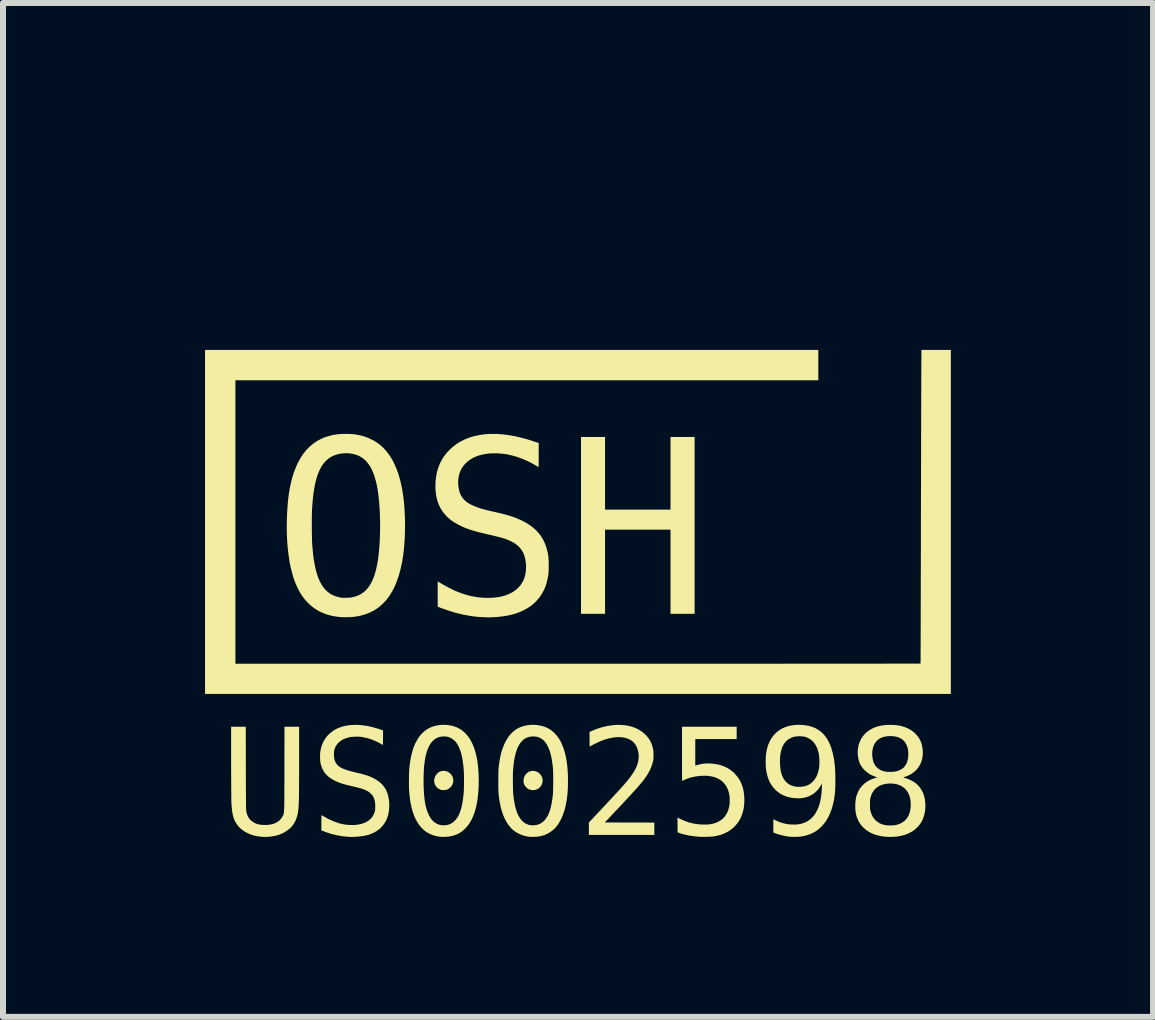
<source format=kicad_pcb>
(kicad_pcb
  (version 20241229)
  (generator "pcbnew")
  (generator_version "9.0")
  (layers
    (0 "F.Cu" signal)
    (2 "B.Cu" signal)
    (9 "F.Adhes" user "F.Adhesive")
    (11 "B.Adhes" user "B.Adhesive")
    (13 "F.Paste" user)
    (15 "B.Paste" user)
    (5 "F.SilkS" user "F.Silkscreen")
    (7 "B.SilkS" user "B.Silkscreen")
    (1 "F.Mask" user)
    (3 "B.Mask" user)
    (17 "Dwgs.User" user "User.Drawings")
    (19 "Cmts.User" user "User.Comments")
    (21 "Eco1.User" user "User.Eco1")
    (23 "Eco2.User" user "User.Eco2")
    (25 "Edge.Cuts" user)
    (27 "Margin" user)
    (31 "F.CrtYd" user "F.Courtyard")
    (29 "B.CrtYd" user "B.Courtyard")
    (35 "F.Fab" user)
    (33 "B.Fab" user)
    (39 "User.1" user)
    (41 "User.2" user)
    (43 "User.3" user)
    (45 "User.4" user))
  (footprint "ayab-oshw"
    (layer "F.Cu")
    (at 6.586 6.484)
    (property "Reference" "ayab-oshw" (at 0 -5.08 0) (layer "User.1") (effects (font (size 1.5 1.5) (thickness 0.3))))
    (attr board_only exclude_from_pos_files exclude_from_bom)
    (fp_poly (pts (xy 5.013 -4.44) (xy 5.044 -4.44) (xy 5.078 -4.44) (xy 5.114 -4.439) (xy 5.127 -4.439) (xy 5.32 -4.438) (xy 4.763 -1.87) (xy 4.206 0.698) (xy 4.018 0.698) (xy 3.974 0.697) (xy 3.936 0.697) (xy 3.905 0.697) (xy 3.881 0.697) (xy 3.861 0.696) (xy 3.847 0.696) (xy 3.837 0.695) (xy 3.831 0.694) (xy 3.828 0.693) (xy 3.828 0.693) (xy 3.827 0.689) (xy 3.825 0.678) (xy 3.821 0.66) (xy 3.815 0.636) (xy 3.808 0.606) (xy 3.8 0.57) (xy 3.79 0.529) (xy 3.78 0.483) (xy 3.768 0.432) (xy 3.755 0.376) (xy 3.742 0.317) (xy 3.727 0.253) (xy 3.712 0.186) (xy 3.696 0.116) (xy 3.679 0.044) (xy 3.662 -0.032) (xy 3.644 -0.109) (xy 3.628 -0.181) (xy 3.61 -0.26) (xy 3.592 -0.337) (xy 3.575 -0.412) (xy 3.559 -0.484) (xy 3.543 -0.554) (xy 3.527 -0.62) (xy 3.513 -0.682) (xy 3.499 -0.741) (xy 3.487 -0.796) (xy 3.475 -0.846) (xy 3.465 -0.891) (xy 3.455 -0.931) (xy 3.447 -0.966) (xy 3.44 -0.995) (xy 3.435 -1.018) (xy 3.431 -1.034) (xy 3.428 -1.044) (xy 3.427 -1.047) (xy 3.426 -1.043) (xy 3.424 -1.033) (xy 3.42 -1.015) (xy 3.415 -0.992) (xy 3.408 -0.963) (xy 3.4 -0.928) (xy 3.391 -0.889) (xy 3.381 -0.845) (xy 3.37 -0.797) (xy 3.358 -0.745) (xy 3.345 -0.689) (xy 3.332 -0.63) (xy 3.318 -0.569) (xy 3.303 -0.506) (xy 3.288 -0.441) (xy 3.273 -0.374) (xy 3.257 -0.306) (xy 3.242 -0.237) (xy 3.226 -0.168) (xy 3.21 -0.099) (xy 3.195 -0.031) (xy 3.179 0.037) (xy 3.164 0.103) (xy 3.149 0.167) (xy 3.135 0.23) (xy 3.121 0.29) (xy 3.108 0.348) (xy 3.096 0.402) (xy 3.085 0.453) (xy 3.074 0.5) (xy 3.064 0.542) (xy 3.056 0.58) (xy 3.048 0.612) (xy 3.042 0.639) (xy 3.038 0.66) (xy 3.034 0.675) (xy 3.033 0.682) (xy 3.03 0.698) (xy 2.84 0.698) (xy 2.804 0.697) (xy 2.769 0.697) (xy 2.738 0.697) (xy 2.71 0.697) (xy 2.687 0.696) (xy 2.669 0.696) (xy 2.657 0.695) (xy 2.652 0.695) (xy 2.651 0.694) (xy 2.651 0.69) (xy 2.649 0.679) (xy 2.647 0.661) (xy 2.643 0.637) (xy 2.638 0.606) (xy 2.633 0.568) (xy 2.626 0.525) (xy 2.619 0.477) (xy 2.611 0.422) (xy 2.602 0.363) (xy 2.593 0.299) (xy 2.582 0.23) (xy 2.571 0.156) (xy 2.56 0.079) (xy 2.548 -0.003) (xy 2.535 -0.088) (xy 2.522 -0.176) (xy 2.508 -0.268) (xy 2.494 -0.363) (xy 2.479 -0.46) (xy 2.465 -0.56) (xy 2.449 -0.662) (xy 2.434 -0.765) (xy 2.432 -0.778) (xy 2.416 -0.882) (xy 2.401 -0.984) (xy 2.386 -1.084) (xy 2.372 -1.181) (xy 2.358 -1.276) (xy 2.344 -1.368) (xy 2.331 -1.457) (xy 2.318 -1.543) (xy 2.306 -1.625) (xy 2.294 -1.703) (xy 2.283 -1.776) (xy 2.273 -1.846) (xy 2.263 -1.911) (xy 2.254 -1.97) (xy 2.246 -2.025) (xy 2.238 -2.075) (xy 2.232 -2.118) (xy 2.226 -2.156) (xy 2.222 -2.188) (xy 2.218 -2.213) (xy 2.215 -2.232) (xy 2.213 -2.244) (xy 2.213 -2.248) (xy 2.213 -2.248) (xy 2.216 -2.249) (xy 2.227 -2.249) (xy 2.243 -2.249) (xy 2.265 -2.25) (xy 2.292 -2.25) (xy 2.322 -2.25) (xy 2.356 -2.25) (xy 2.393 -2.25) (xy 2.407 -2.25) (xy 2.601 -2.25) (xy 2.741 -1.058) (xy 2.752 -0.964) (xy 2.763 -0.872) (xy 2.774 -0.782) (xy 2.784 -0.695) (xy 2.794 -0.611) (xy 2.804 -0.53) (xy 2.813 -0.452) (xy 2.822 -0.377) (xy 2.83 -0.307) (xy 2.838 -0.24) (xy 2.846 -0.178) (xy 2.853 -0.121) (xy 2.859 -0.069) (xy 2.864 -0.022) (xy 2.869 0.019) (xy 2.874 0.055) (xy 2.877 0.084) (xy 2.88 0.107) (xy 2.882 0.123) (xy 2.884 0.133) (xy 2.884 0.135) (xy 2.885 0.131) (xy 2.887 0.121) (xy 2.891 0.103) (xy 2.897 0.08) (xy 2.903 0.05) (xy 2.911 0.015) (xy 2.919 -0.026) (xy 2.929 -0.071) (xy 2.94 -0.121) (xy 2.952 -0.176) (xy 2.964 -0.235) (xy 2.977 -0.297) (xy 2.991 -0.362) (xy 3.006 -0.431) (xy 3.021 -0.502) (xy 3.037 -0.575) (xy 3.053 -0.651) (xy 3.053 -0.652) (xy 3.22 -1.438) (xy 3.428 -1.439) (xy 3.636 -1.44) (xy 3.804 -0.652) (xy 3.82 -0.576) (xy 3.836 -0.502) (xy 3.851 -0.431) (xy 3.866 -0.362) (xy 3.88 -0.297) (xy 3.894 -0.234) (xy 3.906 -0.175) (xy 3.918 -0.12) (xy 3.929 -0.07) (xy 3.939 -0.024) (xy 3.948 0.017) (xy 3.956 0.053) (xy 3.962 0.083) (xy 3.967 0.107) (xy 3.971 0.125) (xy 3.974 0.136) (xy 3.975 0.14) (xy 3.975 0.14) (xy 3.976 0.136) (xy 3.978 0.126) (xy 3.982 0.108) (xy 3.987 0.084) (xy 3.994 0.053) (xy 4.002 0.016) (xy 4.011 -0.028) (xy 4.022 -0.077) (xy 4.033 -0.132) (xy 4.046 -0.193) (xy 4.06 -0.259) (xy 4.075 -0.33) (xy 4.091 -0.407) (xy 4.108 -0.488) (xy 4.126 -0.573) (xy 4.145 -0.663) (xy 4.164 -0.758) (xy 4.185 -0.856) (xy 4.206 -0.958) (xy 4.229 -1.064) (xy 4.251 -1.173) (xy 4.275 -1.285) (xy 4.299 -1.4) (xy 4.324 -1.519) (xy 4.349 -1.639) (xy 4.374 -1.763) (xy 4.401 -1.888) (xy 4.427 -2.015) (xy 4.454 -2.145) (xy 4.455 -2.148) (xy 4.482 -2.277) (xy 4.508 -2.405) (xy 4.535 -2.53) (xy 4.56 -2.654) (xy 4.585 -2.775) (xy 4.61 -2.893) (xy 4.634 -3.008) (xy 4.658 -3.121) (xy 4.68 -3.23) (xy 4.703 -3.336) (xy 4.724 -3.438) (xy 4.744 -3.537) (xy 4.764 -3.631) (xy 4.783 -3.721) (xy 4.801 -3.807) (xy 4.818 -3.889) (xy 4.834 -3.965) (xy 4.849 -4.037) (xy 4.863 -4.103) (xy 4.875 -4.164) (xy 4.887 -4.22) (xy 4.897 -4.269) (xy 4.907 -4.313) (xy 4.914 -4.351) (xy 4.921 -4.382) (xy 4.926 -4.407) (xy 4.93 -4.424) (xy 4.932 -4.435) (xy 4.933 -4.439) (xy 4.933 -4.439) (xy 4.937 -4.439) (xy 4.948 -4.44) (xy 4.964 -4.44) (xy 4.986 -4.44)) (stroke (width 0) (type solid)) (fill yes) (layer "F.Mask"))
    (fp_poly (pts (xy 0.45 -1.644) (xy 0.45 -1.039) (xy 0.996 -1.039) (xy 1.541 -1.039) (xy 1.541 -1.644) (xy 1.541 -2.25) (xy 1.742 -2.25) (xy 1.943 -2.25) (xy 1.943 -0.776) (xy 1.943 0.698) (xy 1.742 0.698) (xy 1.541 0.698) (xy 1.541 -0.004) (xy 1.541 -0.705) (xy 0.996 -0.705) (xy 0.45 -0.705) (xy 0.45 -0.004) (xy 0.45 0.698) (xy 0.249 0.698) (xy 0.049 0.698) (xy 0.049 -0.776) (xy 0.049 -2.25) (xy 0.249 -2.25) (xy 0.45 -2.25)) (stroke (width 0) (type solid)) (fill yes) (layer "F.SilkS"))
    (fp_poly (pts (xy -0.72 3.319) (xy -0.687 3.33) (xy -0.658 3.347) (xy -0.636 3.366) (xy -0.615 3.392) (xy -0.601 3.421) (xy -0.592 3.45) (xy -0.59 3.481) (xy -0.594 3.511) (xy -0.603 3.54) (xy -0.618 3.567) (xy -0.638 3.591) (xy -0.662 3.611) (xy -0.691 3.626) (xy -0.711 3.633) (xy -0.732 3.636) (xy -0.756 3.637) (xy -0.78 3.635) (xy -0.795 3.632) (xy -0.824 3.621) (xy -0.85 3.605) (xy -0.865 3.59) (xy -0.886 3.565) (xy -0.9 3.538) (xy -0.908 3.509) (xy -0.91 3.479) (xy -0.907 3.449) (xy -0.899 3.421) (xy -0.886 3.394) (xy -0.869 3.37) (xy -0.847 3.349) (xy -0.823 3.332) (xy -0.794 3.321) (xy -0.763 3.316) (xy -0.754 3.315)) (stroke (width 0) (type solid)) (fill yes) (layer "F.SilkS"))
    (fp_poly (pts (xy -2.209 3.319) (xy -2.178 3.328) (xy -2.151 3.344) (xy -2.126 3.364) (xy -2.106 3.388) (xy -2.091 3.416) (xy -2.082 3.446) (xy -2.079 3.478) (xy -2.081 3.501) (xy -2.09 3.535) (xy -2.106 3.565) (xy -2.127 3.591) (xy -2.154 3.612) (xy -2.17 3.621) (xy -2.184 3.628) (xy -2.196 3.632) (xy -2.208 3.635) (xy -2.224 3.636) (xy -2.232 3.636) (xy -2.254 3.636) (xy -2.273 3.635) (xy -2.284 3.633) (xy -2.313 3.621) (xy -2.339 3.604) (xy -2.354 3.59) (xy -2.374 3.565) (xy -2.388 3.538) (xy -2.396 3.509) (xy -2.399 3.479) (xy -2.395 3.449) (xy -2.387 3.421) (xy -2.374 3.394) (xy -2.357 3.37) (xy -2.336 3.349) (xy -2.311 3.332) (xy -2.283 3.321) (xy -2.252 3.316) (xy -2.242 3.315)) (stroke (width 0) (type solid)) (fill yes) (layer "F.SilkS"))
    (fp_poly (pts (xy 0.719 2.55) (xy 0.796 2.557) (xy 0.825 2.562) (xy 0.889 2.577) (xy 0.95 2.598) (xy 1.006 2.625) (xy 1.058 2.658) (xy 1.106 2.696) (xy 1.148 2.739) (xy 1.178 2.777) (xy 1.206 2.822) (xy 1.228 2.872) (xy 1.245 2.926) (xy 1.251 2.955) (xy 1.255 2.98) (xy 1.257 3.009) (xy 1.258 3.041) (xy 1.258 3.074) (xy 1.257 3.105) (xy 1.254 3.131) (xy 1.253 3.139) (xy 1.241 3.19) (xy 1.223 3.244) (xy 1.199 3.3) (xy 1.169 3.356) (xy 1.133 3.414) (xy 1.092 3.47) (xy 1.086 3.478) (xy 1.068 3.501) (xy 1.046 3.527) (xy 1.021 3.556) (xy 0.993 3.589) (xy 0.96 3.625) (xy 0.923 3.666) (xy 0.883 3.71) (xy 0.838 3.759) (xy 0.788 3.813) (xy 0.734 3.871) (xy 0.675 3.933) (xy 0.611 4.001) (xy 0.542 4.074) (xy 0.529 4.088) (xy 0.445 4.176) (xy 0.858 4.177) (xy 1.271 4.178) (xy 1.271 4.281) (xy 1.271 4.384) (xy 0.726 4.384) (xy 0.18 4.384) (xy 0.18 4.28) (xy 0.18 4.176) (xy 0.271 4.08) (xy 0.32 4.027) (xy 0.37 3.975) (xy 0.419 3.922) (xy 0.467 3.871) (xy 0.514 3.821) (xy 0.559 3.773) (xy 0.601 3.727) (xy 0.641 3.684) (xy 0.678 3.644) (xy 0.711 3.608) (xy 0.74 3.575) (xy 0.765 3.548) (xy 0.781 3.529) (xy 0.804 3.502) (xy 0.829 3.472) (xy 0.854 3.44) (xy 0.878 3.408) (xy 0.9 3.377) (xy 0.92 3.348) (xy 0.935 3.324) (xy 0.938 3.319) (xy 0.967 3.264) (xy 0.989 3.209) (xy 1.003 3.154) (xy 1.01 3.099) (xy 1.01 3.044) (xy 1.009 3.035) (xy 1 2.983) (xy 0.986 2.937) (xy 0.967 2.895) (xy 0.942 2.859) (xy 0.911 2.827) (xy 0.876 2.802) (xy 0.835 2.781) (xy 0.79 2.766) (xy 0.74 2.757) (xy 0.702 2.754) (xy 0.64 2.754) (xy 0.576 2.762) (xy 0.509 2.776) (xy 0.44 2.796) (xy 0.369 2.823) (xy 0.297 2.856) (xy 0.24 2.885) (xy 0.224 2.895) (xy 0.21 2.902) (xy 0.2 2.907) (xy 0.194 2.91) (xy 0.194 2.91) (xy 0.193 2.907) (xy 0.193 2.896) (xy 0.192 2.88) (xy 0.192 2.86) (xy 0.191 2.835) (xy 0.191 2.807) (xy 0.191 2.789) (xy 0.191 2.667) (xy 0.233 2.649) (xy 0.315 2.615) (xy 0.398 2.589) (xy 0.48 2.569) (xy 0.561 2.556) (xy 0.641 2.549)) (stroke (width 0) (type solid)) (fill yes) (layer "F.SilkS"))
    (fp_poly (pts (xy 4.005 -3.448) (xy 4.005 -3.195) (xy -0.853 -3.195) (xy -5.712 -3.195) (xy -5.712 -0.833) (xy -5.712 1.53) (xy -0.002 1.53) (xy 0.205 1.53) (xy 0.41 1.53) (xy 0.613 1.53) (xy 0.814 1.53) (xy 1.013 1.53) (xy 1.21 1.53) (xy 1.404 1.53) (xy 1.596 1.53) (xy 1.785 1.53) (xy 1.971 1.53) (xy 2.154 1.53) (xy 2.335 1.53) (xy 2.512 1.53) (xy 2.685 1.53) (xy 2.855 1.53) (xy 3.022 1.53) (xy 3.185 1.53) (xy 3.344 1.53) (xy 3.499 1.529) (xy 3.649 1.529) (xy 3.796 1.529) (xy 3.938 1.529) (xy 4.076 1.529) (xy 4.209 1.529) (xy 4.338 1.529) (xy 4.461 1.529) (xy 4.58 1.529) (xy 4.693 1.529) (xy 4.801 1.529) (xy 4.904 1.529) (xy 5.001 1.529) (xy 5.092 1.529) (xy 5.178 1.528) (xy 5.258 1.528) (xy 5.332 1.528) (xy 5.399 1.528) (xy 5.461 1.528) (xy 5.515 1.528) (xy 5.564 1.528) (xy 5.605 1.528) (xy 5.64 1.528) (xy 5.668 1.528) (xy 5.689 1.527) (xy 5.702 1.527) (xy 5.709 1.527) (xy 5.709 1.527) (xy 5.709 1.523) (xy 5.709 1.512) (xy 5.709 1.494) (xy 5.71 1.469) (xy 5.71 1.437) (xy 5.71 1.399) (xy 5.71 1.354) (xy 5.71 1.304) (xy 5.71 1.247) (xy 5.711 1.185) (xy 5.711 1.118) (xy 5.711 1.046) (xy 5.711 0.968) (xy 5.712 0.886) (xy 5.712 0.799) (xy 5.712 0.708) (xy 5.712 0.612) (xy 5.712 0.513) (xy 5.713 0.41) (xy 5.713 0.303) (xy 5.713 0.194) (xy 5.713 0.081) (xy 5.714 -0.035) (xy 5.714 -0.154) (xy 5.714 -0.275) (xy 5.715 -0.398) (xy 5.715 -0.523) (xy 5.715 -0.634) (xy 5.715 -0.765) (xy 5.715 -0.895) (xy 5.716 -1.025) (xy 5.716 -1.154) (xy 5.716 -1.281) (xy 5.717 -1.408) (xy 5.717 -1.532) (xy 5.717 -1.655) (xy 5.717 -1.775) (xy 5.718 -1.892) (xy 5.718 -2.007) (xy 5.718 -2.119) (xy 5.718 -2.228) (xy 5.719 -2.332) (xy 5.719 -2.433) (xy 5.719 -2.53) (xy 5.719 -2.622) (xy 5.72 -2.71) (xy 5.72 -2.792) (xy 5.72 -2.87) (xy 5.72 -2.942) (xy 5.721 -3.008) (xy 5.721 -3.067) (xy 5.721 -3.121) (xy 5.721 -3.168) (xy 5.721 -3.208) (xy 5.721 -3.241) (xy 5.721 -3.247) (xy 5.724 -3.701) (xy 5.969 -3.701) (xy 6.214 -3.701) (xy 6.214 -0.834) (xy 6.214 2.033) (xy -0.002 2.033) (xy -6.218 2.033) (xy -6.218 -0.834) (xy -6.218 -3.701) (xy -1.106 -3.701) (xy 4.005 -3.701)) (stroke (width 0) (type solid)) (fill yes) (layer "F.SilkS"))
    (fp_poly (pts (xy 2.644 2.683) (xy 2.644 2.786) (xy 2.299 2.786) (xy 1.954 2.786) (xy 1.954 3.007) (xy 1.954 3.228) (xy 1.977 3.221) (xy 2.035 3.206) (xy 2.091 3.196) (xy 2.149 3.192) (xy 2.209 3.193) (xy 2.252 3.197) (xy 2.319 3.207) (xy 2.382 3.222) (xy 2.44 3.244) (xy 2.494 3.27) (xy 2.545 3.303) (xy 2.582 3.333) (xy 2.625 3.376) (xy 2.664 3.423) (xy 2.697 3.475) (xy 2.724 3.531) (xy 2.745 3.59) (xy 2.755 3.63) (xy 2.764 3.685) (xy 2.77 3.743) (xy 2.772 3.803) (xy 2.77 3.862) (xy 2.764 3.919) (xy 2.755 3.972) (xy 2.753 3.979) (xy 2.734 4.043) (xy 2.71 4.102) (xy 2.679 4.157) (xy 2.642 4.207) (xy 2.6 4.252) (xy 2.552 4.293) (xy 2.5 4.328) (xy 2.462 4.348) (xy 2.411 4.371) (xy 2.356 4.388) (xy 2.298 4.402) (xy 2.246 4.41) (xy 2.229 4.412) (xy 2.206 4.413) (xy 2.179 4.414) (xy 2.148 4.415) (xy 2.117 4.416) (xy 2.086 4.416) (xy 2.058 4.416) (xy 2.032 4.415) (xy 2.016 4.414) (xy 1.952 4.408) (xy 1.889 4.4) (xy 1.83 4.39) (xy 1.774 4.377) (xy 1.724 4.364) (xy 1.682 4.349) (xy 1.659 4.34) (xy 1.658 4.218) (xy 1.657 4.096) (xy 1.707 4.119) (xy 1.78 4.151) (xy 1.852 4.176) (xy 1.923 4.194) (xy 1.995 4.205) (xy 2.07 4.211) (xy 2.104 4.211) (xy 2.152 4.21) (xy 2.194 4.207) (xy 2.232 4.2) (xy 2.268 4.191) (xy 2.303 4.179) (xy 2.313 4.175) (xy 2.358 4.152) (xy 2.399 4.124) (xy 2.434 4.09) (xy 2.464 4.052) (xy 2.488 4.008) (xy 2.507 3.959) (xy 2.52 3.906) (xy 2.524 3.883) (xy 2.526 3.863) (xy 2.527 3.838) (xy 2.527 3.81) (xy 2.527 3.782) (xy 2.526 3.756) (xy 2.524 3.734) (xy 2.524 3.729) (xy 2.513 3.674) (xy 2.496 3.624) (xy 2.474 3.579) (xy 2.446 3.537) (xy 2.421 3.509) (xy 2.385 3.477) (xy 2.345 3.451) (xy 2.301 3.43) (xy 2.253 3.414) (xy 2.2 3.404) (xy 2.141 3.398) (xy 2.1 3.397) (xy 2.024 3.401) (xy 1.951 3.41) (xy 1.88 3.426) (xy 1.814 3.448) (xy 1.758 3.473) (xy 1.747 3.479) (xy 1.738 3.483) (xy 1.735 3.484) (xy 1.734 3.48) (xy 1.734 3.47) (xy 1.734 3.452) (xy 1.734 3.429) (xy 1.733 3.4) (xy 1.733 3.365) (xy 1.733 3.326) (xy 1.733 3.283) (xy 1.733 3.236) (xy 1.733 3.185) (xy 1.733 3.132) (xy 1.733 3.076) (xy 1.733 3.032) (xy 1.733 2.58) (xy 2.188 2.58) (xy 2.644 2.58)) (stroke (width 0) (type solid)) (fill yes) (layer "F.SilkS"))
    (fp_poly (pts (xy -5.538 3.265) (xy -5.538 3.358) (xy -5.538 3.443) (xy -5.537 3.52) (xy -5.537 3.591) (xy -5.537 3.656) (xy -5.536 3.713) (xy -5.536 3.765) (xy -5.536 3.811) (xy -5.535 3.85) (xy -5.535 3.884) (xy -5.535 3.913) (xy -5.534 3.936) (xy -5.534 3.955) (xy -5.533 3.968) (xy -5.532 3.977) (xy -5.532 3.981) (xy -5.522 4.027) (xy -5.507 4.068) (xy -5.487 4.104) (xy -5.461 4.135) (xy -5.429 4.161) (xy -5.419 4.168) (xy -5.389 4.185) (xy -5.359 4.198) (xy -5.326 4.208) (xy -5.29 4.214) (xy -5.249 4.217) (xy -5.237 4.218) (xy -5.181 4.217) (xy -5.129 4.211) (xy -5.082 4.2) (xy -5.039 4.183) (xy -5.002 4.161) (xy -4.97 4.134) (xy -4.943 4.102) (xy -4.922 4.067) (xy -4.919 4.061) (xy -4.916 4.055) (xy -4.914 4.05) (xy -4.911 4.045) (xy -4.909 4.039) (xy -4.907 4.033) (xy -4.906 4.025) (xy -4.904 4.016) (xy -4.903 4.006) (xy -4.902 3.993) (xy -4.901 3.978) (xy -4.9 3.961) (xy -4.899 3.94) (xy -4.898 3.916) (xy -4.898 3.888) (xy -4.897 3.857) (xy -4.897 3.821) (xy -4.896 3.78) (xy -4.896 3.734) (xy -4.896 3.683) (xy -4.896 3.627) (xy -4.896 3.564) (xy -4.895 3.496) (xy -4.895 3.42) (xy -4.895 3.338) (xy -4.895 3.279) (xy -4.894 2.58) (xy -4.772 2.58) (xy -4.65 2.58) (xy -4.65 3.174) (xy -4.65 3.261) (xy -4.65 3.341) (xy -4.65 3.415) (xy -4.651 3.482) (xy -4.651 3.543) (xy -4.651 3.599) (xy -4.651 3.649) (xy -4.652 3.695) (xy -4.652 3.735) (xy -4.653 3.772) (xy -4.654 3.805) (xy -4.655 3.835) (xy -4.656 3.861) (xy -4.657 3.885) (xy -4.658 3.907) (xy -4.659 3.926) (xy -4.661 3.944) (xy -4.663 3.961) (xy -4.665 3.977) (xy -4.667 3.993) (xy -4.669 4.009) (xy -4.671 4.02) (xy -4.683 4.071) (xy -4.699 4.121) (xy -4.721 4.168) (xy -4.747 4.211) (xy -4.777 4.249) (xy -4.81 4.281) (xy -4.81 4.281) (xy -4.859 4.318) (xy -4.91 4.349) (xy -4.964 4.373) (xy -5.02 4.392) (xy -5.081 4.405) (xy -5.147 4.414) (xy -5.15 4.414) (xy -5.18 4.416) (xy -5.206 4.417) (xy -5.23 4.417) (xy -5.257 4.416) (xy -5.287 4.413) (xy -5.288 4.413) (xy -5.35 4.405) (xy -5.41 4.392) (xy -5.467 4.373) (xy -5.52 4.349) (xy -5.569 4.321) (xy -5.613 4.288) (xy -5.653 4.251) (xy -5.686 4.21) (xy -5.706 4.179) (xy -5.721 4.15) (xy -5.735 4.119) (xy -5.746 4.086) (xy -5.755 4.049) (xy -5.763 4.009) (xy -5.769 3.964) (xy -5.774 3.914) (xy -5.778 3.857) (xy -5.779 3.831) (xy -5.779 3.817) (xy -5.78 3.796) (xy -5.78 3.768) (xy -5.781 3.734) (xy -5.781 3.695) (xy -5.781 3.65) (xy -5.782 3.6) (xy -5.782 3.546) (xy -5.782 3.487) (xy -5.782 3.425) (xy -5.783 3.36) (xy -5.783 3.292) (xy -5.783 3.222) (xy -5.783 3.164) (xy -5.783 2.58) (xy -5.661 2.58) (xy -5.539 2.58)) (stroke (width 0) (type solid)) (fill yes) (layer "F.SilkS"))
    (fp_poly (pts (xy -2.172 2.552) (xy -2.114 2.561) (xy -2.059 2.576) (xy -2.02 2.591) (xy -1.969 2.618) (xy -1.921 2.651) (xy -1.877 2.691) (xy -1.837 2.736) (xy -1.801 2.788) (xy -1.769 2.847) (xy -1.741 2.911) (xy -1.717 2.982) (xy -1.697 3.059) (xy -1.682 3.132) (xy -1.671 3.208) (xy -1.663 3.288) (xy -1.658 3.371) (xy -1.656 3.455) (xy -1.656 3.54) (xy -1.66 3.623) (xy -1.666 3.705) (xy -1.675 3.783) (xy -1.687 3.857) (xy -1.701 3.925) (xy -1.703 3.931) (xy -1.724 4.005) (xy -1.749 4.072) (xy -1.777 4.133) (xy -1.81 4.189) (xy -1.847 4.239) (xy -1.883 4.279) (xy -1.924 4.317) (xy -1.969 4.348) (xy -2.016 4.373) (xy -2.068 4.392) (xy -2.124 4.406) (xy -2.125 4.406) (xy -2.154 4.411) (xy -2.188 4.414) (xy -2.224 4.416) (xy -2.259 4.416) (xy -2.292 4.415) (xy -2.307 4.414) (xy -2.363 4.404) (xy -2.417 4.389) (xy -2.47 4.367) (xy -2.518 4.341) (xy -2.534 4.331) (xy -2.549 4.32) (xy -2.566 4.306) (xy -2.584 4.29) (xy -2.599 4.275) (xy -2.639 4.231) (xy -2.674 4.18) (xy -2.706 4.124) (xy -2.734 4.061) (xy -2.758 3.992) (xy -2.778 3.917) (xy -2.795 3.836) (xy -2.807 3.748) (xy -2.816 3.654) (xy -2.817 3.644) (xy -2.818 3.618) (xy -2.819 3.587) (xy -2.819 3.551) (xy -2.82 3.512) (xy -2.575 3.512) (xy -2.575 3.531) (xy -2.573 3.612) (xy -2.569 3.687) (xy -2.563 3.756) (xy -2.555 3.819) (xy -2.545 3.876) (xy -2.532 3.929) (xy -2.518 3.978) (xy -2.5 4.023) (xy -2.484 4.06) (xy -2.458 4.103) (xy -2.43 4.14) (xy -2.397 4.17) (xy -2.362 4.194) (xy -2.324 4.211) (xy -2.283 4.221) (xy -2.24 4.224) (xy -2.194 4.22) (xy -2.175 4.217) (xy -2.137 4.204) (xy -2.101 4.185) (xy -2.067 4.159) (xy -2.037 4.127) (xy -2.009 4.089) (xy -1.987 4.049) (xy -1.968 4.002) (xy -1.95 3.949) (xy -1.935 3.888) (xy -1.923 3.821) (xy -1.913 3.747) (xy -1.905 3.666) (xy -1.905 3.661) (xy -1.904 3.637) (xy -1.903 3.608) (xy -1.902 3.574) (xy -1.902 3.537) (xy -1.901 3.497) (xy -1.901 3.458) (xy -1.902 3.419) (xy -1.902 3.383) (xy -1.903 3.35) (xy -1.904 3.322) (xy -1.905 3.31) (xy -1.912 3.228) (xy -1.922 3.153) (xy -1.934 3.085) (xy -1.949 3.023) (xy -1.967 2.967) (xy -1.987 2.918) (xy -2.011 2.874) (xy -2.022 2.857) (xy -2.043 2.829) (xy -2.069 2.804) (xy -2.096 2.783) (xy -2.12 2.768) (xy -2.15 2.755) (xy -2.178 2.747) (xy -2.207 2.743) (xy -2.241 2.742) (xy -2.25 2.742) (xy -2.293 2.747) (xy -2.331 2.757) (xy -2.366 2.773) (xy -2.399 2.796) (xy -2.419 2.814) (xy -2.448 2.846) (xy -2.473 2.885) (xy -2.496 2.929) (xy -2.516 2.98) (xy -2.533 3.036) (xy -2.547 3.099) (xy -2.558 3.169) (xy -2.567 3.245) (xy -2.572 3.327) (xy -2.575 3.416) (xy -2.575 3.512) (xy -2.82 3.512) (xy -2.82 3.512) (xy -2.819 3.471) (xy -2.819 3.43) (xy -2.818 3.389) (xy -2.817 3.351) (xy -2.816 3.316) (xy -2.814 3.285) (xy -2.812 3.26) (xy -2.811 3.253) (xy -2.801 3.175) (xy -2.789 3.103) (xy -2.775 3.037) (xy -2.758 2.976) (xy -2.739 2.919) (xy -2.717 2.866) (xy -2.706 2.842) (xy -2.673 2.784) (xy -2.637 2.732) (xy -2.597 2.687) (xy -2.553 2.648) (xy -2.505 2.615) (xy -2.454 2.589) (xy -2.399 2.57) (xy -2.339 2.556) (xy -2.291 2.55) (xy -2.231 2.548)) (stroke (width 0) (type solid)) (fill yes) (layer "F.SilkS"))
    (fp_poly (pts (xy -0.686 2.552) (xy -0.629 2.561) (xy -0.575 2.575) (xy -0.523 2.595) (xy -0.495 2.609) (xy -0.446 2.64) (xy -0.401 2.678) (xy -0.36 2.722) (xy -0.322 2.772) (xy -0.289 2.829) (xy -0.26 2.892) (xy -0.235 2.961) (xy -0.214 3.036) (xy -0.196 3.118) (xy -0.183 3.206) (xy -0.174 3.3) (xy -0.169 3.393) (xy -0.168 3.503) (xy -0.17 3.607) (xy -0.177 3.704) (xy -0.188 3.796) (xy -0.204 3.882) (xy -0.223 3.962) (xy -0.247 4.036) (xy -0.275 4.104) (xy -0.307 4.165) (xy -0.343 4.221) (xy -0.38 4.266) (xy -0.414 4.299) (xy -0.454 4.33) (xy -0.497 4.357) (xy -0.542 4.379) (xy -0.57 4.389) (xy -0.607 4.4) (xy -0.65 4.408) (xy -0.695 4.414) (xy -0.741 4.416) (xy -0.786 4.416) (xy -0.819 4.414) (xy -0.877 4.404) (xy -0.933 4.387) (xy -0.987 4.364) (xy -1.037 4.336) (xy -1.083 4.302) (xy -1.12 4.267) (xy -1.159 4.219) (xy -1.195 4.165) (xy -1.226 4.105) (xy -1.254 4.039) (xy -1.277 3.966) (xy -1.296 3.888) (xy -1.307 3.832) (xy -1.312 3.801) (xy -1.316 3.771) (xy -1.32 3.744) (xy -1.323 3.717) (xy -1.325 3.689) (xy -1.327 3.66) (xy -1.328 3.628) (xy -1.329 3.592) (xy -1.329 3.551) (xy -1.329 3.504) (xy -1.329 3.484) (xy -1.329 3.441) (xy -1.087 3.441) (xy -1.087 3.479) (xy -1.086 3.519) (xy -1.086 3.558) (xy -1.085 3.596) (xy -1.084 3.631) (xy -1.083 3.662) (xy -1.082 3.688) (xy -1.08 3.707) (xy -1.071 3.784) (xy -1.059 3.854) (xy -1.046 3.918) (xy -1.029 3.975) (xy -1.011 4.025) (xy -0.989 4.07) (xy -0.965 4.109) (xy -0.939 4.142) (xy -0.929 4.152) (xy -0.897 4.18) (xy -0.86 4.201) (xy -0.822 4.216) (xy -0.78 4.223) (xy -0.736 4.223) (xy -0.689 4.217) (xy -0.688 4.217) (xy -0.649 4.204) (xy -0.613 4.186) (xy -0.579 4.16) (xy -0.548 4.128) (xy -0.521 4.091) (xy -0.503 4.06) (xy -0.485 4.019) (xy -0.469 3.974) (xy -0.455 3.924) (xy -0.443 3.868) (xy -0.432 3.806) (xy -0.423 3.737) (xy -0.421 3.724) (xy -0.419 3.704) (xy -0.418 3.678) (xy -0.417 3.646) (xy -0.416 3.61) (xy -0.415 3.571) (xy -0.414 3.53) (xy -0.414 3.488) (xy -0.414 3.447) (xy -0.414 3.406) (xy -0.415 3.368) (xy -0.416 3.333) (xy -0.417 3.302) (xy -0.418 3.277) (xy -0.419 3.265) (xy -0.429 3.185) (xy -0.44 3.113) (xy -0.454 3.048) (xy -0.471 2.99) (xy -0.49 2.938) (xy -0.512 2.892) (xy -0.536 2.853) (xy -0.563 2.819) (xy -0.593 2.792) (xy -0.626 2.77) (xy -0.647 2.76) (xy -0.684 2.748) (xy -0.724 2.742) (xy -0.764 2.742) (xy -0.805 2.747) (xy -0.844 2.758) (xy -0.879 2.774) (xy -0.911 2.795) (xy -0.941 2.825) (xy -0.969 2.86) (xy -0.994 2.902) (xy -1.016 2.949) (xy -1.034 3.003) (xy -1.05 3.064) (xy -1.064 3.131) (xy -1.074 3.205) (xy -1.082 3.286) (xy -1.084 3.319) (xy -1.085 3.342) (xy -1.086 3.371) (xy -1.087 3.404) (xy -1.087 3.441) (xy -1.329 3.441) (xy -1.329 3.44) (xy -1.329 3.403) (xy -1.329 3.371) (xy -1.328 3.344) (xy -1.328 3.321) (xy -1.327 3.301) (xy -1.326 3.283) (xy -1.324 3.266) (xy -1.323 3.251) (xy -1.313 3.177) (xy -1.302 3.108) (xy -1.289 3.046) (xy -1.273 2.987) (xy -1.255 2.933) (xy -1.234 2.881) (xy -1.217 2.844) (xy -1.186 2.788) (xy -1.154 2.739) (xy -1.118 2.696) (xy -1.078 2.659) (xy -1.035 2.626) (xy -1.013 2.612) (xy -0.965 2.588) (xy -0.913 2.57) (xy -0.859 2.557) (xy -0.802 2.55) (xy -0.744 2.548)) (stroke (width 0) (type solid)) (fill yes) (layer "F.SilkS"))
    (fp_poly (pts (xy 3.729 2.55) (xy 3.789 2.556) (xy 3.847 2.566) (xy 3.902 2.582) (xy 3.952 2.602) (xy 3.958 2.605) (xy 4.008 2.634) (xy 4.052 2.667) (xy 4.093 2.706) (xy 4.13 2.751) (xy 4.163 2.802) (xy 4.192 2.859) (xy 4.217 2.922) (xy 4.238 2.991) (xy 4.254 3.059) (xy 4.263 3.101) (xy 4.27 3.143) (xy 4.275 3.186) (xy 4.28 3.23) (xy 4.284 3.276) (xy 4.286 3.327) (xy 4.288 3.383) (xy 4.289 3.43) (xy 4.289 3.507) (xy 4.288 3.578) (xy 4.285 3.643) (xy 4.28 3.704) (xy 4.273 3.761) (xy 4.263 3.815) (xy 4.251 3.868) (xy 4.237 3.92) (xy 4.228 3.951) (xy 4.201 4.022) (xy 4.171 4.088) (xy 4.135 4.149) (xy 4.095 4.203) (xy 4.051 4.251) (xy 4.003 4.294) (xy 3.951 4.33) (xy 3.894 4.36) (xy 3.834 4.383) (xy 3.77 4.401) (xy 3.76 4.403) (xy 3.7 4.412) (xy 3.637 4.416) (xy 3.574 4.416) (xy 3.533 4.414) (xy 3.48 4.407) (xy 3.424 4.396) (xy 3.37 4.383) (xy 3.317 4.367) (xy 3.27 4.349) (xy 3.269 4.349) (xy 3.255 4.343) (xy 3.255 4.233) (xy 3.255 4.122) (xy 3.296 4.142) (xy 3.358 4.17) (xy 3.423 4.19) (xy 3.49 4.204) (xy 3.559 4.211) (xy 3.596 4.211) (xy 3.656 4.209) (xy 3.71 4.2) (xy 3.761 4.185) (xy 3.809 4.164) (xy 3.853 4.136) (xy 3.87 4.123) (xy 3.908 4.088) (xy 3.942 4.047) (xy 3.971 4) (xy 3.997 3.947) (xy 4.019 3.888) (xy 4.037 3.824) (xy 4.05 3.755) (xy 4.059 3.681) (xy 4.064 3.602) (xy 4.064 3.6) (xy 4.066 3.527) (xy 4.049 3.557) (xy 4.016 3.606) (xy 3.98 3.649) (xy 3.939 3.686) (xy 3.894 3.716) (xy 3.846 3.741) (xy 3.794 3.758) (xy 3.741 3.769) (xy 3.707 3.772) (xy 3.668 3.773) (xy 3.626 3.771) (xy 3.585 3.768) (xy 3.545 3.762) (xy 3.516 3.756) (xy 3.461 3.74) (xy 3.411 3.719) (xy 3.365 3.693) (xy 3.321 3.66) (xy 3.287 3.629) (xy 3.251 3.589) (xy 3.22 3.547) (xy 3.194 3.502) (xy 3.173 3.453) (xy 3.156 3.399) (xy 3.142 3.34) (xy 3.137 3.315) (xy 3.132 3.276) (xy 3.129 3.233) (xy 3.127 3.186) (xy 3.127 3.16) (xy 3.366 3.16) (xy 3.367 3.218) (xy 3.372 3.27) (xy 3.379 3.318) (xy 3.39 3.361) (xy 3.405 3.402) (xy 3.422 3.439) (xy 3.446 3.476) (xy 3.474 3.507) (xy 3.508 3.534) (xy 3.545 3.555) (xy 3.587 3.57) (xy 3.632 3.58) (xy 3.68 3.583) (xy 3.73 3.58) (xy 3.763 3.575) (xy 3.808 3.563) (xy 3.849 3.545) (xy 3.886 3.52) (xy 3.919 3.489) (xy 3.948 3.453) (xy 3.973 3.412) (xy 3.993 3.365) (xy 4.008 3.313) (xy 4.019 3.257) (xy 4.021 3.24) (xy 4.022 3.213) (xy 4.023 3.182) (xy 4.023 3.149) (xy 4.022 3.116) (xy 4.02 3.084) (xy 4.017 3.056) (xy 4.015 3.04) (xy 4.001 2.984) (xy 3.984 2.933) (xy 3.961 2.888) (xy 3.934 2.848) (xy 3.902 2.814) (xy 3.866 2.786) (xy 3.826 2.764) (xy 3.782 2.748) (xy 3.759 2.744) (xy 3.731 2.741) (xy 3.7 2.739) (xy 3.669 2.74) (xy 3.639 2.742) (xy 3.612 2.745) (xy 3.598 2.748) (xy 3.553 2.764) (xy 3.514 2.785) (xy 3.479 2.811) (xy 3.449 2.843) (xy 3.424 2.88) (xy 3.403 2.923) (xy 3.387 2.973) (xy 3.385 2.981) (xy 3.378 3.011) (xy 3.373 3.039) (xy 3.369 3.068) (xy 3.367 3.099) (xy 3.366 3.135) (xy 3.366 3.16) (xy 3.127 3.16) (xy 3.127 3.138) (xy 3.129 3.091) (xy 3.132 3.048) (xy 3.137 3.009) (xy 3.137 3.008) (xy 3.151 2.94) (xy 3.171 2.878) (xy 3.196 2.82) (xy 3.226 2.768) (xy 3.262 2.721) (xy 3.302 2.679) (xy 3.347 2.643) (xy 3.396 2.612) (xy 3.451 2.588) (xy 3.509 2.569) (xy 3.543 2.561) (xy 3.605 2.552) (xy 3.667 2.548)) (stroke (width 0) (type solid)) (fill yes) (layer "F.SilkS"))
    (fp_poly (pts (xy -3.616 2.553) (xy -3.538 2.563) (xy -3.514 2.567) (xy -3.479 2.575) (xy -3.438 2.584) (xy -3.395 2.596) (xy -3.352 2.608) (xy -3.314 2.62) (xy -3.251 2.641) (xy -3.251 2.762) (xy -3.251 2.792) (xy -3.252 2.818) (xy -3.252 2.842) (xy -3.252 2.861) (xy -3.253 2.875) (xy -3.253 2.883) (xy -3.253 2.884) (xy -3.257 2.882) (xy -3.266 2.877) (xy -3.279 2.87) (xy -3.291 2.863) (xy -3.363 2.825) (xy -3.436 2.794) (xy -3.512 2.77) (xy -3.59 2.754) (xy -3.625 2.748) (xy -3.649 2.746) (xy -3.678 2.746) (xy -3.709 2.746) (xy -3.742 2.748) (xy -3.773 2.75) (xy -3.799 2.753) (xy -3.812 2.756) (xy -3.863 2.77) (xy -3.91 2.788) (xy -3.95 2.811) (xy -3.986 2.839) (xy -4.015 2.87) (xy -4.039 2.906) (xy -4.056 2.945) (xy -4.064 2.974) (xy -4.068 3) (xy -4.069 3.03) (xy -4.069 3.061) (xy -4.067 3.091) (xy -4.063 3.116) (xy -4.062 3.121) (xy -4.053 3.15) (xy -4.042 3.175) (xy -4.027 3.198) (xy -4.01 3.219) (xy -3.988 3.239) (xy -3.962 3.256) (xy -3.931 3.273) (xy -3.895 3.288) (xy -3.853 3.303) (xy -3.804 3.318) (xy -3.749 3.332) (xy -3.709 3.342) (xy -3.661 3.353) (xy -3.619 3.363) (xy -3.583 3.373) (xy -3.551 3.382) (xy -3.523 3.391) (xy -3.497 3.4) (xy -3.473 3.409) (xy -3.449 3.419) (xy -3.424 3.431) (xy -3.421 3.432) (xy -3.369 3.461) (xy -3.321 3.493) (xy -3.279 3.529) (xy -3.243 3.568) (xy -3.214 3.61) (xy -3.211 3.614) (xy -3.19 3.658) (xy -3.172 3.706) (xy -3.159 3.759) (xy -3.151 3.814) (xy -3.147 3.871) (xy -3.148 3.928) (xy -3.153 3.984) (xy -3.163 4.039) (xy -3.178 4.09) (xy -3.2 4.144) (xy -3.229 4.193) (xy -3.263 4.238) (xy -3.302 4.278) (xy -3.348 4.313) (xy -3.398 4.343) (xy -3.454 4.368) (xy -3.511 4.386) (xy -3.56 4.397) (xy -3.614 4.406) (xy -3.671 4.412) (xy -3.728 4.416) (xy -3.784 4.417) (xy -3.833 4.415) (xy -3.932 4.405) (xy -4.027 4.388) (xy -4.121 4.365) (xy -4.212 4.334) (xy -4.231 4.327) (xy -4.279 4.308) (xy -4.279 4.181) (xy -4.279 4.151) (xy -4.279 4.124) (xy -4.278 4.1) (xy -4.278 4.08) (xy -4.278 4.065) (xy -4.277 4.056) (xy -4.277 4.054) (xy -4.273 4.056) (xy -4.264 4.061) (xy -4.251 4.068) (xy -4.235 4.077) (xy -4.23 4.08) (xy -4.171 4.113) (xy -4.11 4.142) (xy -4.049 4.167) (xy -3.99 4.188) (xy -3.933 4.202) (xy -3.926 4.204) (xy -3.884 4.211) (xy -3.838 4.216) (xy -3.791 4.218) (xy -3.745 4.219) (xy -3.702 4.216) (xy -3.677 4.213) (xy -3.622 4.203) (xy -3.572 4.187) (xy -3.527 4.167) (xy -3.488 4.141) (xy -3.454 4.112) (xy -3.427 4.078) (xy -3.405 4.039) (xy -3.392 4.003) (xy -3.388 3.99) (xy -3.385 3.979) (xy -3.383 3.967) (xy -3.382 3.954) (xy -3.381 3.937) (xy -3.381 3.915) (xy -3.381 3.906) (xy -3.381 3.875) (xy -3.383 3.849) (xy -3.386 3.827) (xy -3.39 3.808) (xy -3.397 3.788) (xy -3.406 3.766) (xy -3.409 3.758) (xy -3.417 3.742) (xy -3.426 3.728) (xy -3.436 3.715) (xy -3.45 3.7) (xy -3.455 3.696) (xy -3.47 3.682) (xy -3.483 3.671) (xy -3.496 3.662) (xy -3.512 3.653) (xy -3.529 3.644) (xy -3.552 3.634) (xy -3.574 3.624) (xy -3.597 3.616) (xy -3.622 3.608) (xy -3.652 3.6) (xy -3.686 3.591) (xy -3.719 3.583) (xy -3.769 3.571) (xy -3.813 3.561) (xy -3.851 3.551) (xy -3.884 3.543) (xy -3.913 3.534) (xy -3.939 3.527) (xy -3.962 3.519) (xy -3.983 3.511) (xy -4.003 3.503) (xy -4.009 3.501) (xy -4.066 3.474) (xy -4.115 3.446) (xy -4.158 3.415) (xy -4.195 3.38) (xy -4.227 3.343) (xy -4.252 3.302) (xy -4.273 3.256) (xy -4.289 3.206) (xy -4.294 3.184) (xy -4.296 3.169) (xy -4.298 3.148) (xy -4.3 3.123) (xy -4.301 3.095) (xy -4.301 3.068) (xy -4.3 3.042) (xy -4.299 3.019) (xy -4.298 3.003) (xy -4.286 2.94) (xy -4.268 2.881) (xy -4.244 2.826) (xy -4.213 2.776) (xy -4.177 2.729) (xy -4.134 2.687) (xy -4.085 2.65) (xy -4.068 2.639) (xy -4.016 2.61) (xy -3.959 2.587) (xy -3.898 2.569) (xy -3.833 2.557) (xy -3.763 2.55) (xy -3.691 2.549)) (stroke (width 0) (type solid)) (fill yes) (layer "F.SilkS"))
    (fp_poly (pts (xy -3.812 -2.3) (xy -3.757 -2.297) (xy -3.707 -2.291) (xy -3.659 -2.283) (xy -3.612 -2.272) (xy -3.564 -2.258) (xy -3.55 -2.254) (xy -3.479 -2.226) (xy -3.412 -2.193) (xy -3.349 -2.154) (xy -3.29 -2.109) (xy -3.236 -2.058) (xy -3.185 -2.001) (xy -3.139 -1.938) (xy -3.096 -1.869) (xy -3.058 -1.793) (xy -3.023 -1.711) (xy -2.992 -1.623) (xy -2.965 -1.528) (xy -2.942 -1.429) (xy -2.925 -1.337) (xy -2.911 -1.239) (xy -2.9 -1.137) (xy -2.892 -1.03) (xy -2.887 -0.922) (xy -2.884 -0.812) (xy -2.885 -0.701) (xy -2.888 -0.591) (xy -2.894 -0.484) (xy -2.903 -0.379) (xy -2.915 -0.278) (xy -2.93 -0.182) (xy -2.94 -0.128) (xy -2.964 -0.027) (xy -2.991 0.068) (xy -3.022 0.158) (xy -3.056 0.241) (xy -3.095 0.318) (xy -3.138 0.389) (xy -3.183 0.451) (xy -3.198 0.47) (xy -3.218 0.491) (xy -3.24 0.514) (xy -3.264 0.537) (xy -3.288 0.559) (xy -3.31 0.579) (xy -3.329 0.595) (xy -3.337 0.6) (xy -3.401 0.641) (xy -3.469 0.676) (xy -3.54 0.704) (xy -3.614 0.726) (xy -3.692 0.742) (xy -3.774 0.752) (xy -3.861 0.755) (xy -3.936 0.754) (xy -4.021 0.746) (xy -4.102 0.732) (xy -4.178 0.712) (xy -4.251 0.686) (xy -4.319 0.654) (xy -4.383 0.615) (xy -4.443 0.57) (xy -4.5 0.519) (xy -4.552 0.462) (xy -4.598 0.401) (xy -4.638 0.339) (xy -4.675 0.269) (xy -4.708 0.194) (xy -4.739 0.112) (xy -4.765 0.024) (xy -4.789 -0.07) (xy -4.809 -0.169) (xy -4.825 -0.274) (xy -4.838 -0.384) (xy -4.848 -0.499) (xy -4.854 -0.619) (xy -4.856 -0.744) (xy -4.856 -0.774) (xy -4.438 -0.774) (xy -4.438 -0.724) (xy -4.438 -0.674) (xy -4.437 -0.626) (xy -4.436 -0.581) (xy -4.435 -0.54) (xy -4.434 -0.503) (xy -4.432 -0.473) (xy -4.432 -0.459) (xy -4.423 -0.361) (xy -4.414 -0.27) (xy -4.402 -0.186) (xy -4.388 -0.108) (xy -4.372 -0.037) (xy -4.354 0.029) (xy -4.334 0.088) (xy -4.312 0.142) (xy -4.287 0.191) (xy -4.26 0.235) (xy -4.231 0.274) (xy -4.204 0.304) (xy -4.168 0.337) (xy -4.129 0.365) (xy -4.088 0.387) (xy -4.043 0.405) (xy -3.994 0.419) (xy -3.945 0.429) (xy -3.933 0.43) (xy -3.915 0.431) (xy -3.893 0.431) (xy -3.869 0.431) (xy -3.844 0.43) (xy -3.821 0.429) (xy -3.801 0.428) (xy -3.786 0.426) (xy -3.784 0.426) (xy -3.725 0.413) (xy -3.671 0.394) (xy -3.621 0.369) (xy -3.575 0.338) (xy -3.534 0.302) (xy -3.511 0.276) (xy -3.481 0.236) (xy -3.453 0.191) (xy -3.428 0.141) (xy -3.405 0.085) (xy -3.385 0.025) (xy -3.367 -0.042) (xy -3.351 -0.114) (xy -3.337 -0.192) (xy -3.326 -0.277) (xy -3.317 -0.368) (xy -3.309 -0.466) (xy -3.304 -0.566) (xy -3.302 -0.622) (xy -3.301 -0.683) (xy -3.3 -0.747) (xy -3.3 -0.812) (xy -3.301 -0.875) (xy -3.303 -0.935) (xy -3.304 -0.975) (xy -3.31 -1.083) (xy -3.318 -1.185) (xy -3.328 -1.279) (xy -3.34 -1.367) (xy -3.355 -1.448) (xy -3.373 -1.523) (xy -3.392 -1.591) (xy -3.415 -1.653) (xy -3.44 -1.71) (xy -3.467 -1.76) (xy -3.498 -1.805) (xy -3.531 -1.845) (xy -3.567 -1.879) (xy -3.606 -1.908) (xy -3.648 -1.932) (xy -3.668 -1.941) (xy -3.719 -1.959) (xy -3.774 -1.971) (xy -3.83 -1.978) (xy -3.887 -1.979) (xy -3.944 -1.974) (xy -3.999 -1.964) (xy -4.052 -1.948) (xy -4.092 -1.931) (xy -4.128 -1.911) (xy -4.162 -1.888) (xy -4.194 -1.86) (xy -4.198 -1.857) (xy -4.227 -1.826) (xy -4.253 -1.794) (xy -4.277 -1.757) (xy -4.3 -1.716) (xy -4.303 -1.708) (xy -4.324 -1.663) (xy -4.343 -1.615) (xy -4.359 -1.562) (xy -4.375 -1.505) (xy -4.388 -1.444) (xy -4.4 -1.377) (xy -4.411 -1.304) (xy -4.42 -1.226) (xy -4.428 -1.141) (xy -4.433 -1.061) (xy -4.435 -1.035) (xy -4.436 -1.001) (xy -4.437 -0.963) (xy -4.438 -0.92) (xy -4.438 -0.873) (xy -4.438 -0.825) (xy -4.438 -0.774) (xy -4.856 -0.774) (xy -4.855 -0.842) (xy -4.851 -0.965) (xy -4.844 -1.081) (xy -4.835 -1.191) (xy -4.822 -1.295) (xy -4.806 -1.394) (xy -4.786 -1.486) (xy -4.764 -1.574) (xy -4.738 -1.657) (xy -4.708 -1.735) (xy -4.676 -1.809) (xy -4.666 -1.828) (xy -4.626 -1.901) (xy -4.581 -1.969) (xy -4.532 -2.03) (xy -4.479 -2.085) (xy -4.421 -2.134) (xy -4.36 -2.177) (xy -4.294 -2.213) (xy -4.225 -2.244) (xy -4.151 -2.267) (xy -4.09 -2.282) (xy -4.057 -2.288) (xy -4.028 -2.292) (xy -4 -2.296) (xy -3.971 -2.298) (xy -3.94 -2.3) (xy -3.905 -2.301) (xy -3.872 -2.301)) (stroke (width 0) (type solid)) (fill yes) (layer "F.SilkS"))
    (fp_poly (pts (xy -1.363 -2.301) (xy -1.261 -2.294) (xy -1.157 -2.281) (xy -1.049 -2.262) (xy -0.939 -2.236) (xy -0.826 -2.205) (xy -0.71 -2.167) (xy -0.704 -2.165) (xy -0.656 -2.148) (xy -0.656 -1.948) (xy -0.656 -1.91) (xy -0.656 -1.874) (xy -0.657 -1.842) (xy -0.657 -1.813) (xy -0.657 -1.788) (xy -0.658 -1.769) (xy -0.658 -1.756) (xy -0.658 -1.748) (xy -0.659 -1.748) (xy -0.662 -1.749) (xy -0.671 -1.754) (xy -0.684 -1.762) (xy -0.695 -1.769) (xy -0.772 -1.813) (xy -0.852 -1.853) (xy -0.934 -1.888) (xy -1.018 -1.918) (xy -1.101 -1.942) (xy -1.183 -1.96) (xy -1.253 -1.97) (xy -1.339 -1.977) (xy -1.422 -1.978) (xy -1.501 -1.973) (xy -1.575 -1.961) (xy -1.645 -1.944) (xy -1.711 -1.92) (xy -1.727 -1.913) (xy -1.775 -1.888) (xy -1.821 -1.857) (xy -1.863 -1.821) (xy -1.9 -1.783) (xy -1.931 -1.741) (xy -1.945 -1.718) (xy -1.966 -1.673) (xy -1.982 -1.625) (xy -1.993 -1.573) (xy -1.998 -1.518) (xy -1.998 -1.463) (xy -1.992 -1.408) (xy -1.982 -1.356) (xy -1.968 -1.312) (xy -1.95 -1.273) (xy -1.928 -1.237) (xy -1.9 -1.205) (xy -1.868 -1.175) (xy -1.829 -1.147) (xy -1.784 -1.122) (xy -1.732 -1.098) (xy -1.697 -1.084) (xy -1.67 -1.074) (xy -1.643 -1.065) (xy -1.615 -1.056) (xy -1.584 -1.047) (xy -1.55 -1.038) (xy -1.512 -1.028) (xy -1.468 -1.018) (xy -1.419 -1.006) (xy -1.389 -1) (xy -1.332 -0.986) (xy -1.281 -0.974) (xy -1.235 -0.963) (xy -1.194 -0.952) (xy -1.156 -0.941) (xy -1.121 -0.93) (xy -1.088 -0.919) (xy -1.055 -0.907) (xy -1.029 -0.897) (xy -0.95 -0.863) (xy -0.878 -0.826) (xy -0.812 -0.785) (xy -0.752 -0.741) (xy -0.699 -0.694) (xy -0.653 -0.643) (xy -0.612 -0.588) (xy -0.578 -0.53) (xy -0.574 -0.522) (xy -0.546 -0.458) (xy -0.523 -0.391) (xy -0.505 -0.318) (xy -0.496 -0.268) (xy -0.494 -0.245) (xy -0.492 -0.215) (xy -0.49 -0.182) (xy -0.489 -0.145) (xy -0.489 -0.107) (xy -0.489 -0.068) (xy -0.49 -0.032) (xy -0.492 0.002) (xy -0.494 0.032) (xy -0.496 0.051) (xy -0.502 0.084) (xy -0.509 0.12) (xy -0.518 0.158) (xy -0.528 0.194) (xy -0.538 0.227) (xy -0.546 0.248) (xy -0.573 0.311) (xy -0.607 0.371) (xy -0.646 0.428) (xy -0.69 0.479) (xy -0.705 0.495) (xy -0.744 0.531) (xy -0.783 0.564) (xy -0.825 0.592) (xy -0.87 0.619) (xy -0.921 0.645) (xy -0.982 0.672) (xy -1.045 0.695) (xy -1.113 0.714) (xy -1.184 0.729) (xy -1.261 0.741) (xy -1.343 0.75) (xy -1.403 0.754) (xy -1.43 0.755) (xy -1.454 0.756) (xy -1.476 0.757) (xy -1.499 0.757) (xy -1.524 0.756) (xy -1.555 0.755) (xy -1.562 0.755) (xy -1.68 0.748) (xy -1.799 0.733) (xy -1.918 0.711) (xy -2.039 0.682) (xy -2.16 0.645) (xy -2.279 0.603) (xy -2.34 0.579) (xy -2.34 0.368) (xy -2.34 0.157) (xy -2.332 0.162) (xy -2.303 0.18) (xy -2.269 0.2) (xy -2.231 0.221) (xy -2.192 0.243) (xy -2.152 0.264) (xy -2.112 0.284) (xy -2.076 0.302) (xy -2.044 0.316) (xy -2.038 0.319) (xy -1.945 0.355) (xy -1.852 0.385) (xy -1.76 0.407) (xy -1.668 0.422) (xy -1.575 0.431) (xy -1.482 0.432) (xy -1.443 0.431) (xy -1.393 0.427) (xy -1.348 0.422) (xy -1.306 0.415) (xy -1.265 0.406) (xy -1.222 0.394) (xy -1.203 0.388) (xy -1.145 0.365) (xy -1.092 0.337) (xy -1.044 0.305) (xy -1.001 0.267) (xy -0.963 0.226) (xy -0.932 0.18) (xy -0.906 0.13) (xy -0.899 0.112) (xy -0.884 0.064) (xy -0.874 0.013) (xy -0.868 -0.042) (xy -0.867 -0.098) (xy -0.871 -0.153) (xy -0.879 -0.207) (xy -0.891 -0.258) (xy -0.893 -0.264) (xy -0.911 -0.312) (xy -0.934 -0.355) (xy -0.962 -0.394) (xy -0.996 -0.43) (xy -1.035 -0.462) (xy -1.08 -0.491) (xy -1.132 -0.518) (xy -1.178 -0.538) (xy -1.196 -0.545) (xy -1.216 -0.552) (xy -1.236 -0.559) (xy -1.259 -0.565) (xy -1.285 -0.573) (xy -1.314 -0.581) (xy -1.347 -0.589) (xy -1.385 -0.598) (xy -1.429 -0.609) (xy -1.479 -0.621) (xy -1.494 -0.624) (xy -1.553 -0.638) (xy -1.606 -0.651) (xy -1.653 -0.662) (xy -1.694 -0.673) (xy -1.732 -0.684) (xy -1.766 -0.694) (xy -1.797 -0.704) (xy -1.827 -0.714) (xy -1.855 -0.724) (xy -1.883 -0.735) (xy -1.911 -0.747) (xy -1.928 -0.754) (xy -1.999 -0.789) (xy -2.064 -0.826) (xy -2.122 -0.867) (xy -2.174 -0.911) (xy -2.219 -0.958) (xy -2.259 -1.008) (xy -2.293 -1.063) (xy -2.306 -1.089) (xy -2.33 -1.142) (xy -2.348 -1.197) (xy -2.362 -1.254) (xy -2.371 -1.315) (xy -2.377 -1.38) (xy -2.378 -1.432) (xy -2.375 -1.514) (xy -2.366 -1.591) (xy -2.352 -1.664) (xy -2.332 -1.733) (xy -2.312 -1.787) (xy -2.279 -1.855) (xy -2.24 -1.92) (xy -2.194 -1.98) (xy -2.143 -2.035) (xy -2.087 -2.086) (xy -2.026 -2.133) (xy -1.96 -2.173) (xy -1.889 -2.209) (xy -1.814 -2.239) (xy -1.736 -2.263) (xy -1.733 -2.264) (xy -1.646 -2.282) (xy -1.555 -2.295) (xy -1.461 -2.301)) (stroke (width 0) (type solid)) (fill yes) (layer "F.SilkS"))
    (fp_poly (pts (xy 5.242 2.549) (xy 5.303 2.554) (xy 5.362 2.563) (xy 5.389 2.569) (xy 5.448 2.587) (xy 5.503 2.61) (xy 5.552 2.638) (xy 5.597 2.671) (xy 5.609 2.682) (xy 5.647 2.721) (xy 5.679 2.763) (xy 5.705 2.808) (xy 5.724 2.857) (xy 5.737 2.91) (xy 5.745 2.967) (xy 5.745 2.968) (xy 5.747 3.028) (xy 5.742 3.085) (xy 5.73 3.139) (xy 5.712 3.19) (xy 5.687 3.237) (xy 5.656 3.28) (xy 5.621 3.317) (xy 5.582 3.349) (xy 5.537 3.378) (xy 5.488 3.401) (xy 5.449 3.415) (xy 5.434 3.42) (xy 5.426 3.423) (xy 5.423 3.426) (xy 5.425 3.427) (xy 5.427 3.428) (xy 5.481 3.445) (xy 5.528 3.463) (xy 5.568 3.482) (xy 5.602 3.502) (xy 5.616 3.512) (xy 5.659 3.548) (xy 5.695 3.589) (xy 5.725 3.633) (xy 5.75 3.681) (xy 5.768 3.733) (xy 5.781 3.791) (xy 5.788 3.853) (xy 5.789 3.865) (xy 5.789 3.929) (xy 5.783 3.991) (xy 5.771 4.05) (xy 5.753 4.106) (xy 5.729 4.158) (xy 5.7 4.205) (xy 5.665 4.247) (xy 5.622 4.288) (xy 5.574 4.323) (xy 5.521 4.353) (xy 5.464 4.377) (xy 5.401 4.395) (xy 5.335 4.408) (xy 5.263 4.415) (xy 5.188 4.417) (xy 5.123 4.413) (xy 5.055 4.405) (xy 4.991 4.391) (xy 4.931 4.372) (xy 4.876 4.348) (xy 4.825 4.318) (xy 4.78 4.283) (xy 4.739 4.244) (xy 4.704 4.201) (xy 4.675 4.153) (xy 4.652 4.1) (xy 4.641 4.068) (xy 4.632 4.032) (xy 4.626 3.996) (xy 4.622 3.957) (xy 4.621 3.915) (xy 4.621 3.881) (xy 4.622 3.857) (xy 4.866 3.857) (xy 4.866 3.876) (xy 4.866 3.903) (xy 4.867 3.924) (xy 4.867 3.94) (xy 4.868 3.953) (xy 4.87 3.964) (xy 4.872 3.975) (xy 4.875 3.988) (xy 4.876 3.991) (xy 4.89 4.033) (xy 4.906 4.069) (xy 4.925 4.1) (xy 4.949 4.129) (xy 4.964 4.144) (xy 4.996 4.17) (xy 5.029 4.19) (xy 5.067 4.206) (xy 5.073 4.208) (xy 5.095 4.214) (xy 5.116 4.219) (xy 5.136 4.223) (xy 5.158 4.224) (xy 5.183 4.225) (xy 5.214 4.225) (xy 5.217 4.225) (xy 5.246 4.224) (xy 5.269 4.222) (xy 5.288 4.22) (xy 5.305 4.217) (xy 5.309 4.216) (xy 5.357 4.2) (xy 5.399 4.18) (xy 5.436 4.154) (xy 5.468 4.123) (xy 5.494 4.087) (xy 5.509 4.06) (xy 5.526 4.016) (xy 5.538 3.969) (xy 5.544 3.918) (xy 5.546 3.867) (xy 5.542 3.816) (xy 5.533 3.766) (xy 5.519 3.719) (xy 5.519 3.718) (xy 5.499 3.676) (xy 5.473 3.639) (xy 5.442 3.606) (xy 5.406 3.579) (xy 5.366 3.557) (xy 5.321 3.541) (xy 5.318 3.54) (xy 5.272 3.531) (xy 5.224 3.527) (xy 5.175 3.527) (xy 5.127 3.533) (xy 5.082 3.543) (xy 5.041 3.558) (xy 5.033 3.561) (xy 4.993 3.584) (xy 4.958 3.611) (xy 4.929 3.644) (xy 4.905 3.683) (xy 4.886 3.726) (xy 4.874 3.764) (xy 4.871 3.777) (xy 4.869 3.788) (xy 4.868 3.8) (xy 4.867 3.815) (xy 4.866 3.833) (xy 4.866 3.857) (xy 4.622 3.857) (xy 4.623 3.841) (xy 4.626 3.806) (xy 4.631 3.775) (xy 4.638 3.745) (xy 4.647 3.715) (xy 4.656 3.692) (xy 4.678 3.643) (xy 4.707 3.598) (xy 4.742 3.557) (xy 4.782 3.52) (xy 4.828 3.489) (xy 4.858 3.472) (xy 4.872 3.465) (xy 4.89 3.458) (xy 4.91 3.45) (xy 4.93 3.443) (xy 4.949 3.436) (xy 4.965 3.431) (xy 4.977 3.428) (xy 4.982 3.428) (xy 4.987 3.427) (xy 4.984 3.424) (xy 4.975 3.42) (xy 4.958 3.414) (xy 4.95 3.411) (xy 4.899 3.391) (xy 4.852 3.365) (xy 4.809 3.334) (xy 4.77 3.299) (xy 4.737 3.26) (xy 4.71 3.218) (xy 4.695 3.188) (xy 4.679 3.14) (xy 4.668 3.089) (xy 4.664 3.049) (xy 4.903 3.049) (xy 4.905 3.075) (xy 4.912 3.121) (xy 4.922 3.162) (xy 4.936 3.197) (xy 4.955 3.228) (xy 4.979 3.256) (xy 4.983 3.26) (xy 5.015 3.286) (xy 5.052 3.307) (xy 5.094 3.322) (xy 5.122 3.328) (xy 5.146 3.331) (xy 5.174 3.333) (xy 5.205 3.333) (xy 5.235 3.333) (xy 5.263 3.33) (xy 5.277 3.329) (xy 5.324 3.318) (xy 5.365 3.302) (xy 5.402 3.281) (xy 5.433 3.255) (xy 5.458 3.223) (xy 5.478 3.187) (xy 5.492 3.145) (xy 5.502 3.098) (xy 5.505 3.046) (xy 5.505 3.036) (xy 5.503 2.984) (xy 5.495 2.937) (xy 5.481 2.895) (xy 5.462 2.857) (xy 5.437 2.823) (xy 5.427 2.812) (xy 5.4 2.789) (xy 5.37 2.77) (xy 5.337 2.756) (xy 5.299 2.745) (xy 5.256 2.739) (xy 5.245 2.737) (xy 5.194 2.736) (xy 5.145 2.74) (xy 5.098 2.749) (xy 5.059 2.762) (xy 5.023 2.78) (xy 4.99 2.805) (xy 4.963 2.835) (xy 4.94 2.869) (xy 4.923 2.909) (xy 4.911 2.952) (xy 4.904 2.999) (xy 4.903 3.049) (xy 4.664 3.049) (xy 4.662 3.036) (xy 4.662 2.982) (xy 4.668 2.928) (xy 4.679 2.877) (xy 4.692 2.839) (xy 4.715 2.789) (xy 4.744 2.743) (xy 4.779 2.701) (xy 4.82 2.664) (xy 4.866 2.631) (xy 4.916 2.604) (xy 4.971 2.582) (xy 5 2.573) (xy 5.056 2.561) (xy 5.116 2.553) (xy 5.179 2.549)) (stroke (width 0) (type solid)) (fill yes) (layer "F.SilkS")))
  (gr_rect
    (start -3 -3)
    (end 16.171 13.901)
    (stroke (width 0.1) (type default))
    (fill no)
    (layer "Edge.Cuts")))
</source>
